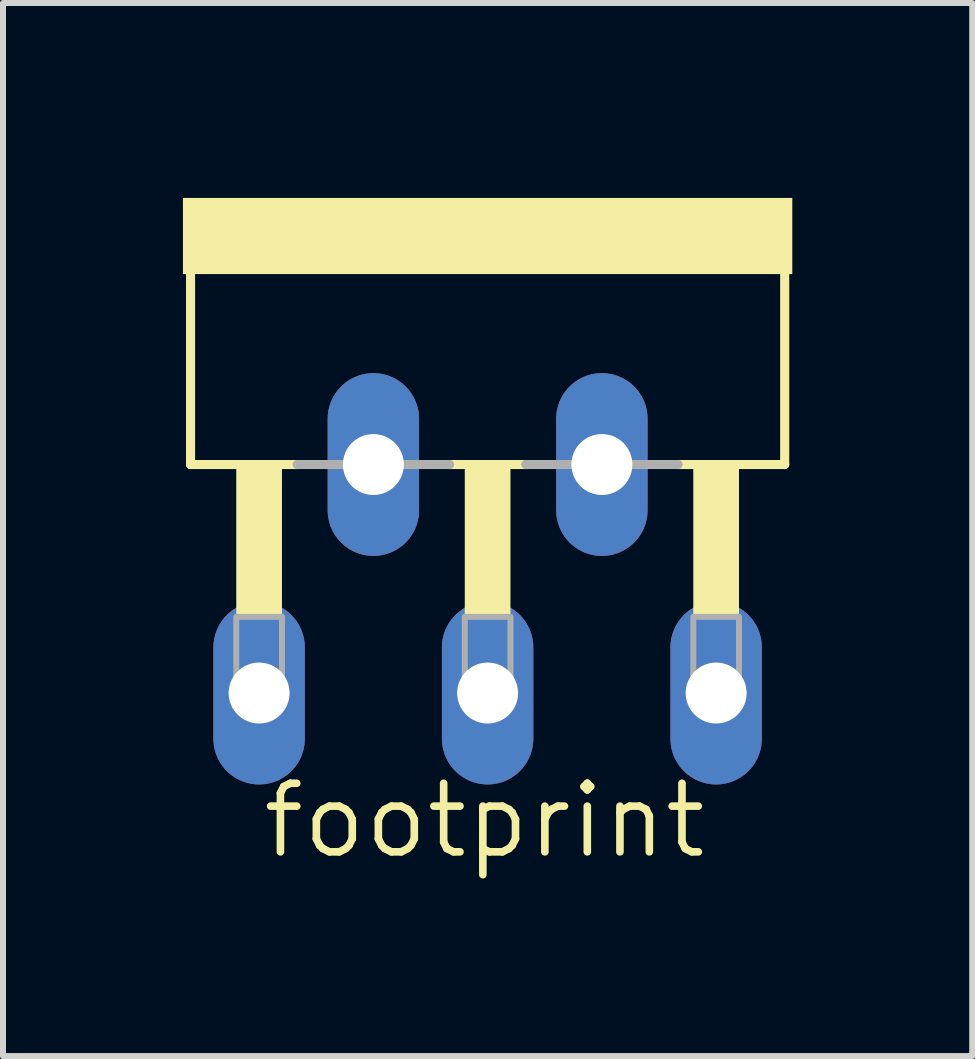
<source format=kicad_pcb>
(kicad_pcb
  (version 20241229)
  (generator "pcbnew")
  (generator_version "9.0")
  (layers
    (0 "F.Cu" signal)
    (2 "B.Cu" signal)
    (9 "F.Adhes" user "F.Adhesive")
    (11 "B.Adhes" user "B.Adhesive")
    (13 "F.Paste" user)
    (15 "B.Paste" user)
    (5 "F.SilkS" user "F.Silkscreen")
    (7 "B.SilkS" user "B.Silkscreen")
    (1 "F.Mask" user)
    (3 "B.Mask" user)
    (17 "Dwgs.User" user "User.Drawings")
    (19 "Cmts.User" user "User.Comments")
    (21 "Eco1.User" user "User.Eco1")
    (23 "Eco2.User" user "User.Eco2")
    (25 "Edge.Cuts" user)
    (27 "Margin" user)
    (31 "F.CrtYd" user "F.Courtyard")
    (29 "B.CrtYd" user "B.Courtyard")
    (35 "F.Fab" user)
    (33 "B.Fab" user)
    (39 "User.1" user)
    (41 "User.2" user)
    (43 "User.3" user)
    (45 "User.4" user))
  (footprint "footprint"
    (layer "F.Cu")
    (at 5.08 0.25)
    (property "Reference" "footprint" (at -3.81 11.049 0) (layer "F.SilkS") (effects (font (size 1.143 1.143) (thickness 0.127)) (justify left bottom)))
    (fp_line (start -4.953 1.27) (end -4.953 4.445) (stroke (width 0.152) (type solid)) (layer "F.SilkS"))
    (fp_line (start -4.953 4.445) (end -3.175 4.445) (stroke (width 0.152) (type solid)) (layer "F.SilkS"))
    (fp_line (start -0.635 4.445) (end 0.635 4.445) (stroke (width 0.152) (type solid)) (layer "F.SilkS"))
    (fp_line (start 3.175 4.445) (end 4.953 4.445) (stroke (width 0.152) (type solid)) (layer "F.SilkS"))
    (fp_line (start 4.953 4.445) (end 4.953 1.27) (stroke (width 0.152) (type solid)) (layer "F.SilkS"))
    (fp_poly (pts (xy -5.08 1.27) (xy 5.08 1.27) (xy 5.08 0) (xy -5.08 0)) (stroke (width 0) (type solid)) (fill yes) (layer "F.SilkS"))
    (fp_poly (pts (xy -4.191 6.985) (xy -3.429 6.985) (xy -3.429 4.445) (xy -4.191 4.445)) (stroke (width 0) (type solid)) (fill yes) (layer "F.SilkS"))
    (fp_poly (pts (xy -0.381 6.985) (xy 0.381 6.985) (xy 0.381 4.445) (xy -0.381 4.445)) (stroke (width 0) (type solid)) (fill yes) (layer "F.SilkS"))
    (fp_poly (pts (xy 3.429 6.985) (xy 4.191 6.985) (xy 4.191 4.445) (xy 3.429 4.445)) (stroke (width 0) (type solid)) (fill yes) (layer "F.SilkS"))
    (fp_line (start -3.175 4.445) (end -0.635 4.445) (stroke (width 0.152) (type solid)) (layer "F.Fab"))
    (fp_line (start 0.635 4.445) (end 3.175 4.445) (stroke (width 0.152) (type solid)) (layer "F.Fab"))
    (fp_poly (pts (xy -4.191 8.382) (xy -3.429 8.382) (xy -3.429 6.985) (xy -4.191 6.985)) (stroke (width 0.1) (type solid)) (fill no) (layer "F.Fab"))
    (fp_poly (pts (xy -0.381 8.382) (xy 0.381 8.382) (xy 0.381 6.985) (xy -0.381 6.985)) (stroke (width 0.1) (type solid)) (fill no) (layer "F.Fab"))
    (fp_poly (pts (xy 3.429 8.382) (xy 4.191 8.382) (xy 4.191 6.985) (xy 3.429 6.985)) (stroke (width 0.1) (type solid)) (fill no) (layer "F.Fab"))
    (pad "1" thru_hole oval (at -3.81 8.255 90) (size 3.048 1.524) (drill 1.016) (layers "*.Cu" "*.Mask"))
    (pad "2" thru_hole oval (at -1.905 4.445 90) (size 3.048 1.524) (drill 1.016) (layers "*.Cu" "*.Mask"))
    (pad "3" thru_hole oval (at 0 8.255 90) (size 3.048 1.524) (drill 1.016) (layers "*.Cu" "*.Mask"))
    (pad "4" thru_hole oval (at 1.905 4.445 90) (size 3.048 1.524) (drill 1.016) (layers "*.Cu" "*.Mask"))
    (pad "5" thru_hole oval (at 3.81 8.255 90) (size 3.048 1.524) (drill 1.016) (layers "*.Cu" "*.Mask")))
  (gr_rect
    (start -3 -3)
    (end 13.16 14.558)
    (stroke (width 0.1) (type default))
    (fill no)
    (layer "Edge.Cuts")))
</source>
